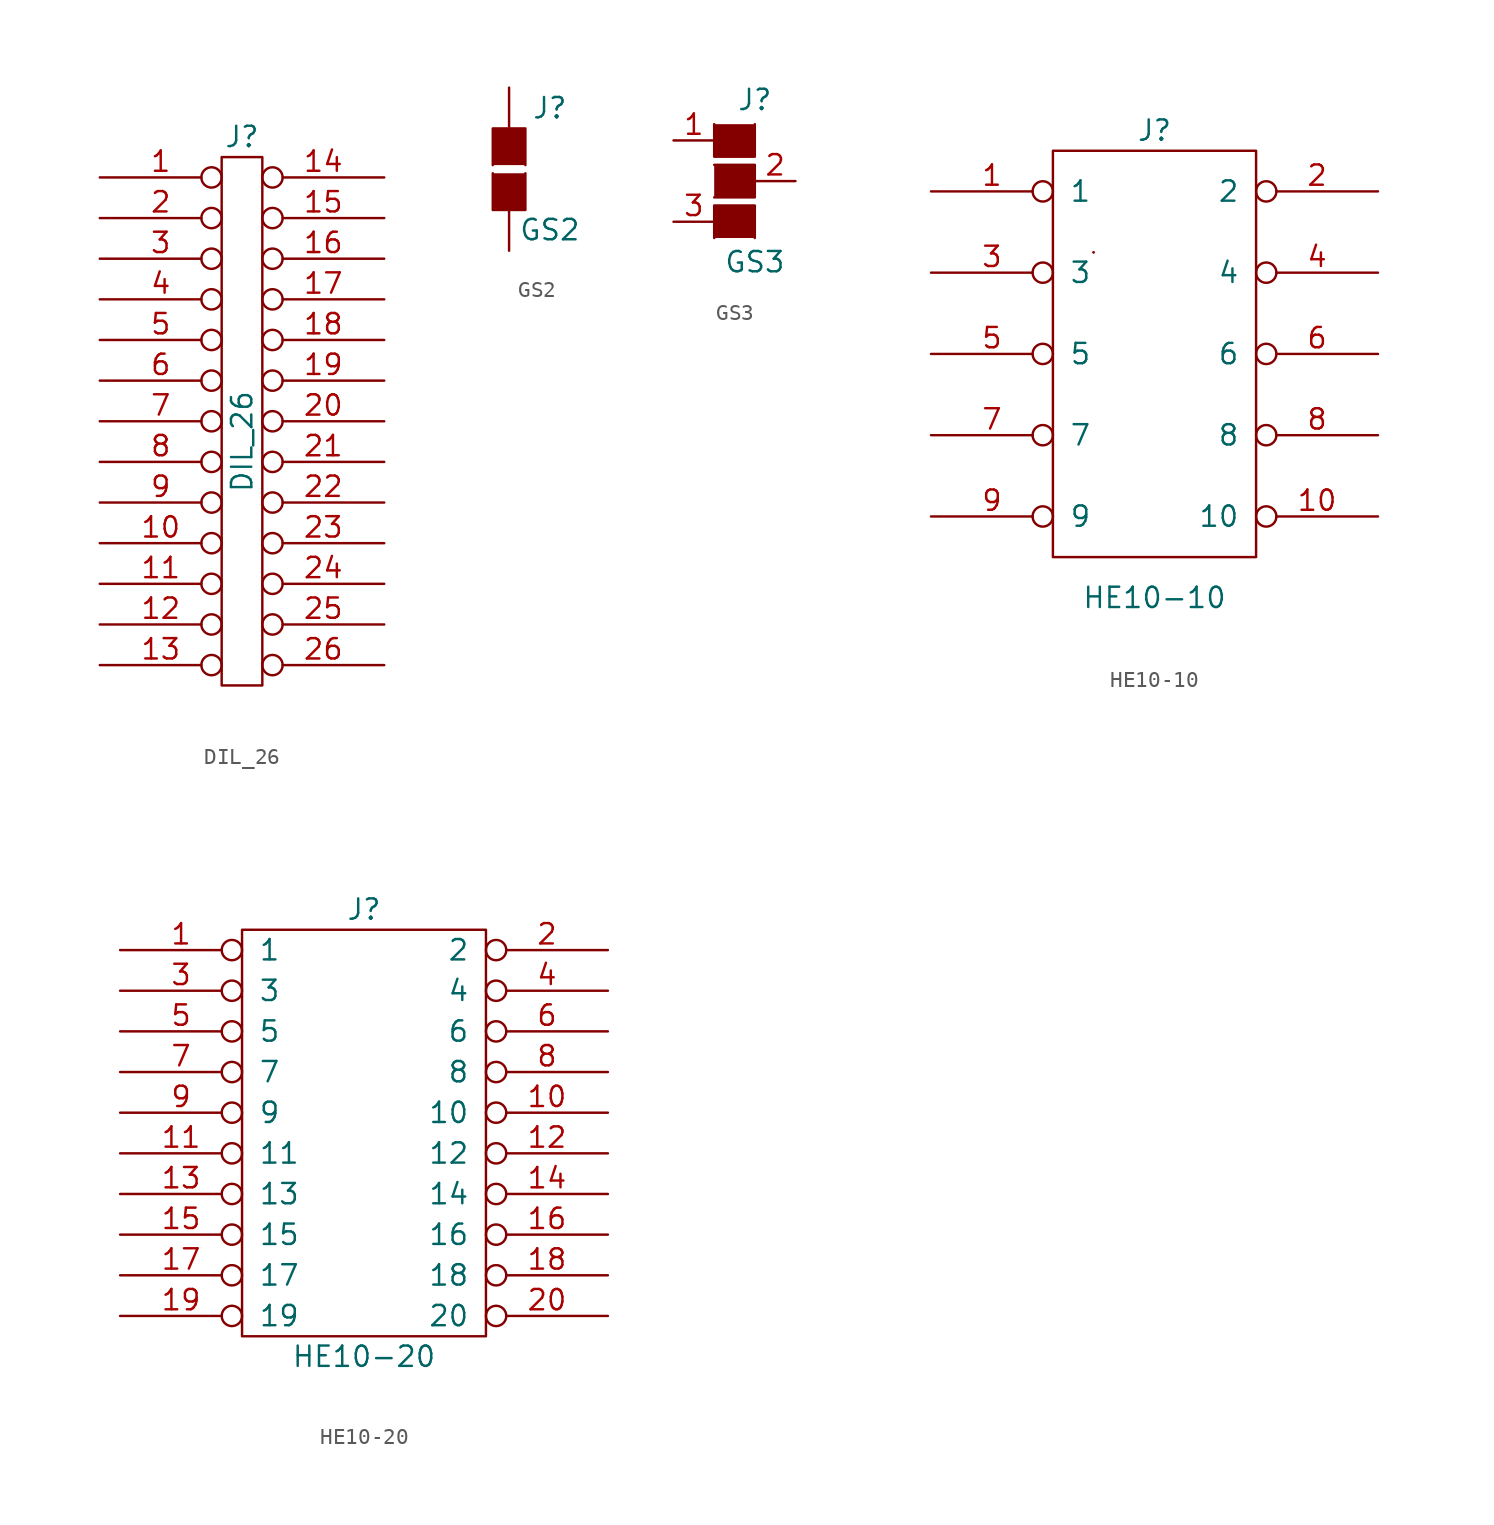
<source format=kicad_sym>
(kicad_symbol_lib
  (version 20211014)
  (generator kicad_symbol_editor)
  (symbol "DIL_26"
    (pin_names hide)
    (property "Reference" "J"
      (at 0 17.78 0)
      (effects (font (size 1.27 1.27))))
    (property "Value" "DIL_26"
      (at 0 -1.27 90)
      (effects (font (size 1.27 1.27))))
    (symbol "DIL_26_0_1"
      (rectangle (start -1.27 16.51) (end 1.27 -16.51) (stroke (width 0) (type default) (color 0 0 0 0)) (fill (type none))))
    (symbol "DIL_26_1_1"
      (pin passive inverted (at -8.89 15.24 0) (length 7.62) (name "1" (effects (font (size 1.27 1.27)))) (number "1" (effects (font (size 1.27 1.27)))))
      (pin passive inverted (at -8.89 -7.62 0) (length 7.62) (name "10" (effects (font (size 1.27 1.27)))) (number "10" (effects (font (size 1.27 1.27)))))
      (pin passive inverted (at -8.89 -10.16 0) (length 7.62) (name "11" (effects (font (size 1.27 1.27)))) (number "11" (effects (font (size 1.27 1.27)))))
      (pin passive inverted (at -8.89 -12.7 0) (length 7.62) (name "12" (effects (font (size 1.27 1.27)))) (number "12" (effects (font (size 1.27 1.27)))))
      (pin passive inverted (at -8.89 -15.24 0) (length 7.62) (name "13" (effects (font (size 1.27 1.27)))) (number "13" (effects (font (size 1.27 1.27)))))
      (pin passive inverted (at 8.89 15.24 180) (length 7.62) (name "14" (effects (font (size 1.27 1.27)))) (number "14" (effects (font (size 1.27 1.27)))))
      (pin passive inverted (at 8.89 12.7 180) (length 7.62) (name "15" (effects (font (size 1.27 1.27)))) (number "15" (effects (font (size 1.27 1.27)))))
      (pin passive inverted (at 8.89 10.16 180) (length 7.62) (name "16" (effects (font (size 1.27 1.27)))) (number "16" (effects (font (size 1.27 1.27)))))
      (pin passive inverted (at 8.89 7.62 180) (length 7.62) (name "17" (effects (font (size 1.27 1.27)))) (number "17" (effects (font (size 1.27 1.27)))))
      (pin passive inverted (at 8.89 5.08 180) (length 7.62) (name "18" (effects (font (size 1.27 1.27)))) (number "18" (effects (font (size 1.27 1.27)))))
      (pin passive inverted (at 8.89 2.54 180) (length 7.62) (name "19" (effects (font (size 1.27 1.27)))) (number "19" (effects (font (size 1.27 1.27)))))
      (pin passive inverted (at -8.89 12.7 0) (length 7.62) (name "2" (effects (font (size 1.27 1.27)))) (number "2" (effects (font (size 1.27 1.27)))))
      (pin passive inverted (at 8.89 0 180) (length 7.62) (name "20" (effects (font (size 1.27 1.27)))) (number "20" (effects (font (size 1.27 1.27)))))
      (pin passive inverted (at 8.89 -2.54 180) (length 7.62) (name "21" (effects (font (size 1.27 1.27)))) (number "21" (effects (font (size 1.27 1.27)))))
      (pin passive inverted (at 8.89 -5.08 180) (length 7.62) (name "22" (effects (font (size 1.27 1.27)))) (number "22" (effects (font (size 1.27 1.27)))))
      (pin passive inverted (at 8.89 -7.62 180) (length 7.62) (name "23" (effects (font (size 1.27 1.27)))) (number "23" (effects (font (size 1.27 1.27)))))
      (pin passive inverted (at 8.89 -10.16 180) (length 7.62) (name "24" (effects (font (size 1.27 1.27)))) (number "24" (effects (font (size 1.27 1.27)))))
      (pin passive inverted (at 8.89 -12.7 180) (length 7.62) (name "25" (effects (font (size 1.27 1.27)))) (number "25" (effects (font (size 1.27 1.27)))))
      (pin passive inverted (at 8.89 -15.24 180) (length 7.62) (name "26" (effects (font (size 1.27 1.27)))) (number "26" (effects (font (size 1.27 1.27)))))
      (pin passive inverted (at -8.89 10.16 0) (length 7.62) (name "3" (effects (font (size 1.27 1.27)))) (number "3" (effects (font (size 1.27 1.27)))))
      (pin passive inverted (at -8.89 7.62 0) (length 7.62) (name "4" (effects (font (size 1.27 1.27)))) (number "4" (effects (font (size 1.27 1.27)))))
      (pin passive inverted (at -8.89 5.08 0) (length 7.62) (name "5" (effects (font (size 1.27 1.27)))) (number "5" (effects (font (size 1.27 1.27)))))
      (pin passive inverted (at -8.89 2.54 0) (length 7.62) (name "6" (effects (font (size 1.27 1.27)))) (number "6" (effects (font (size 1.27 1.27)))))
      (pin passive inverted (at -8.89 0 0) (length 7.62) (name "7" (effects (font (size 1.27 1.27)))) (number "7" (effects (font (size 1.27 1.27)))))
      (pin passive inverted (at -8.89 -2.54 0) (length 7.62) (name "8" (effects (font (size 1.27 1.27)))) (number "8" (effects (font (size 1.27 1.27)))))
      (pin passive inverted (at -8.89 -5.08 0) (length 7.62) (name "9" (effects (font (size 1.27 1.27)))) (number "9" (effects (font (size 1.27 1.27)))))))
  (symbol "GS2"
    (pin_numbers hide)
    (pin_names
      (offset 1.016) hide)
    (property "Reference" "J"
      (at 2.54 3.81 0)
      (effects (font (size 1.27 1.27))))
    (property "Value" "GS2"
      (at 2.54 -3.785 0)
      (effects (font (size 1.27 1.27))))
    (symbol "GS2_0_1"
      (polyline (pts (xy -1.016 -0.254) (xy -1.016 -2.54) (xy 1.016 -2.54) (xy 1.016 -0.254)) (stroke (width 0) (type default) (color 0 0 0 0)) (fill (type outline)))
      (polyline (pts (xy -1.016 0.254) (xy -1.016 2.54) (xy 1.016 2.54) (xy 1.016 0.254)) (stroke (width 0) (type default) (color 0 0 0 0)) (fill (type outline))))
    (symbol "GS2_1_1"
      (pin passive line (at 0 5.08 270) (length 2.54) (name "G1" (effects (font (size 1.27 1.27)))) (number "1" (effects (font (size 1.27 1.27)))))
      (pin passive line (at 0 -5.08 90) (length 2.54) (name "G2" (effects (font (size 1.27 1.27)))) (number "2" (effects (font (size 1.27 1.27)))))))
  (symbol "GS3"
    (pin_names
      (offset 1.016) hide)
    (property "Reference" "J"
      (at 1.27 5.08 0)
      (effects (font (size 1.27 1.27))))
    (property "Value" "GS3"
      (at 1.27 -5.055 0)
      (effects (font (size 1.27 1.27))))
    (symbol "GS3_0_1"
      (polyline (pts (xy -1.27 -3.556) (xy -1.27 -1.524) (xy 1.27 -1.524) (xy 1.27 -3.556)) (stroke (width 0) (type default) (color 0 0 0 0)) (fill (type outline)))
      (polyline (pts (xy -1.27 1.016) (xy 1.27 1.016) (xy 1.27 -1.016) (xy -1.27 -1.016)) (stroke (width 0) (type default) (color 0 0 0 0)) (fill (type outline)))
      (polyline (pts (xy -1.27 3.556) (xy -1.27 1.524) (xy 1.27 1.524) (xy 1.27 3.556)) (stroke (width 0) (type default) (color 0 0 0 0)) (fill (type outline))))
    (symbol "GS3_1_1"
      (pin passive line (at -3.81 2.54 0) (length 2.54) (name "G1" (effects (font (size 1.27 1.27)))) (number "1" (effects (font (size 1.27 1.27)))))
      (pin passive line (at 3.81 0 180) (length 2.54) (name "G2" (effects (font (size 1.27 1.27)))) (number "2" (effects (font (size 1.27 1.27)))))
      (pin passive line (at -3.81 -2.54 0) (length 2.54) (name "G3" (effects (font (size 1.27 1.27)))) (number "3" (effects (font (size 1.27 1.27)))))))
  (symbol "HE10-10"
    (pin_names
      (offset 1.016))
    (property "Reference" "J"
      (at 0 13.97 0)
      (effects (font (size 1.27 1.27))))
    (property "Value" "HE10-10"
      (at 0 -15.24 0)
      (effects (font (size 1.27 1.27))))
    (symbol "HE10-10_0_1"
      (rectangle (start -6.35 12.7) (end 6.35 -12.7) (stroke (width 0) (type default) (color 0 0 0 0)) (fill (type none)))
      (rectangle (start -3.81 6.35) (end -3.81 6.35) (stroke (width 0) (type default) (color 0 0 0 0)) (fill (type none)))
      (rectangle (start -3.81 6.35) (end -3.81 6.35) (stroke (width 0) (type default) (color 0 0 0 0)) (fill (type none))))
    (symbol "HE10-10_1_1"
      (pin passive inverted (at -13.97 10.16 0) (length 7.62) (name "1" (effects (font (size 1.27 1.27)))) (number "1" (effects (font (size 1.27 1.27)))))
      (pin passive inverted (at 13.97 -10.16 180) (length 7.62) (name "10" (effects (font (size 1.27 1.27)))) (number "10" (effects (font (size 1.27 1.27)))))
      (pin passive inverted (at 13.97 10.16 180) (length 7.62) (name "2" (effects (font (size 1.27 1.27)))) (number "2" (effects (font (size 1.27 1.27)))))
      (pin passive inverted (at -13.97 5.08 0) (length 7.62) (name "3" (effects (font (size 1.27 1.27)))) (number "3" (effects (font (size 1.27 1.27)))))
      (pin passive inverted (at 13.97 5.08 180) (length 7.62) (name "4" (effects (font (size 1.27 1.27)))) (number "4" (effects (font (size 1.27 1.27)))))
      (pin passive inverted (at -13.97 0 0) (length 7.62) (name "5" (effects (font (size 1.27 1.27)))) (number "5" (effects (font (size 1.27 1.27)))))
      (pin passive inverted (at 13.97 0 180) (length 7.62) (name "6" (effects (font (size 1.27 1.27)))) (number "6" (effects (font (size 1.27 1.27)))))
      (pin passive inverted (at -13.97 -5.08 0) (length 7.62) (name "7" (effects (font (size 1.27 1.27)))) (number "7" (effects (font (size 1.27 1.27)))))
      (pin passive inverted (at 13.97 -5.08 180) (length 7.62) (name "8" (effects (font (size 1.27 1.27)))) (number "8" (effects (font (size 1.27 1.27)))))
      (pin passive inverted (at -13.97 -10.16 0) (length 7.62) (name "9" (effects (font (size 1.27 1.27)))) (number "9" (effects (font (size 1.27 1.27)))))))
  (symbol "HE10-20"
    (pin_names
      (offset 1.016))
    (property "Reference" "J"
      (at 0 13.97 0)
      (effects (font (size 1.27 1.27))))
    (property "Value" "HE10-20"
      (at 0 -13.97 0)
      (effects (font (size 1.27 1.27))))
    (symbol "HE10-20_0_1"
      (rectangle (start -7.62 12.7) (end 7.62 -12.7) (stroke (width 0) (type default) (color 0 0 0 0)) (fill (type none))))
    (symbol "HE10-20_1_1"
      (pin passive inverted (at -15.24 11.43 0) (length 7.62) (name "1" (effects (font (size 1.27 1.27)))) (number "1" (effects (font (size 1.27 1.27)))))
      (pin passive inverted (at 15.24 1.27 180) (length 7.62) (name "10" (effects (font (size 1.27 1.27)))) (number "10" (effects (font (size 1.27 1.27)))))
      (pin passive inverted (at -15.24 -1.27 0) (length 7.62) (name "11" (effects (font (size 1.27 1.27)))) (number "11" (effects (font (size 1.27 1.27)))))
      (pin passive inverted (at 15.24 -1.27 180) (length 7.62) (name "12" (effects (font (size 1.27 1.27)))) (number "12" (effects (font (size 1.27 1.27)))))
      (pin passive inverted (at -15.24 -3.81 0) (length 7.62) (name "13" (effects (font (size 1.27 1.27)))) (number "13" (effects (font (size 1.27 1.27)))))
      (pin passive inverted (at 15.24 -3.81 180) (length 7.62) (name "14" (effects (font (size 1.27 1.27)))) (number "14" (effects (font (size 1.27 1.27)))))
      (pin passive inverted (at -15.24 -6.35 0) (length 7.62) (name "15" (effects (font (size 1.27 1.27)))) (number "15" (effects (font (size 1.27 1.27)))))
      (pin passive inverted (at 15.24 -6.35 180) (length 7.62) (name "16" (effects (font (size 1.27 1.27)))) (number "16" (effects (font (size 1.27 1.27)))))
      (pin passive inverted (at -15.24 -8.89 0) (length 7.62) (name "17" (effects (font (size 1.27 1.27)))) (number "17" (effects (font (size 1.27 1.27)))))
      (pin passive inverted (at 15.24 -8.89 180) (length 7.62) (name "18" (effects (font (size 1.27 1.27)))) (number "18" (effects (font (size 1.27 1.27)))))
      (pin passive inverted (at -15.24 -11.43 0) (length 7.62) (name "19" (effects (font (size 1.27 1.27)))) (number "19" (effects (font (size 1.27 1.27)))))
      (pin passive inverted (at 15.24 11.43 180) (length 7.62) (name "2" (effects (font (size 1.27 1.27)))) (number "2" (effects (font (size 1.27 1.27)))))
      (pin passive inverted (at 15.24 -11.43 180) (length 7.62) (name "20" (effects (font (size 1.27 1.27)))) (number "20" (effects (font (size 1.27 1.27)))))
      (pin passive inverted (at -15.24 8.89 0) (length 7.62) (name "3" (effects (font (size 1.27 1.27)))) (number "3" (effects (font (size 1.27 1.27)))))
      (pin passive inverted (at 15.24 8.89 180) (length 7.62) (name "4" (effects (font (size 1.27 1.27)))) (number "4" (effects (font (size 1.27 1.27)))))
      (pin passive inverted (at -15.24 6.35 0) (length 7.62) (name "5" (effects (font (size 1.27 1.27)))) (number "5" (effects (font (size 1.27 1.27)))))
      (pin passive inverted (at 15.24 6.35 180) (length 7.62) (name "6" (effects (font (size 1.27 1.27)))) (number "6" (effects (font (size 1.27 1.27)))))
      (pin passive inverted (at -15.24 3.81 0) (length 7.62) (name "7" (effects (font (size 1.27 1.27)))) (number "7" (effects (font (size 1.27 1.27)))))
      (pin passive inverted (at 15.24 3.81 180) (length 7.62) (name "8" (effects (font (size 1.27 1.27)))) (number "8" (effects (font (size 1.27 1.27)))))
      (pin passive inverted (at -15.24 1.27 0) (length 7.62) (name "9" (effects (font (size 1.27 1.27)))) (number "9" (effects (font (size 1.27 1.27))))))))
</source>
